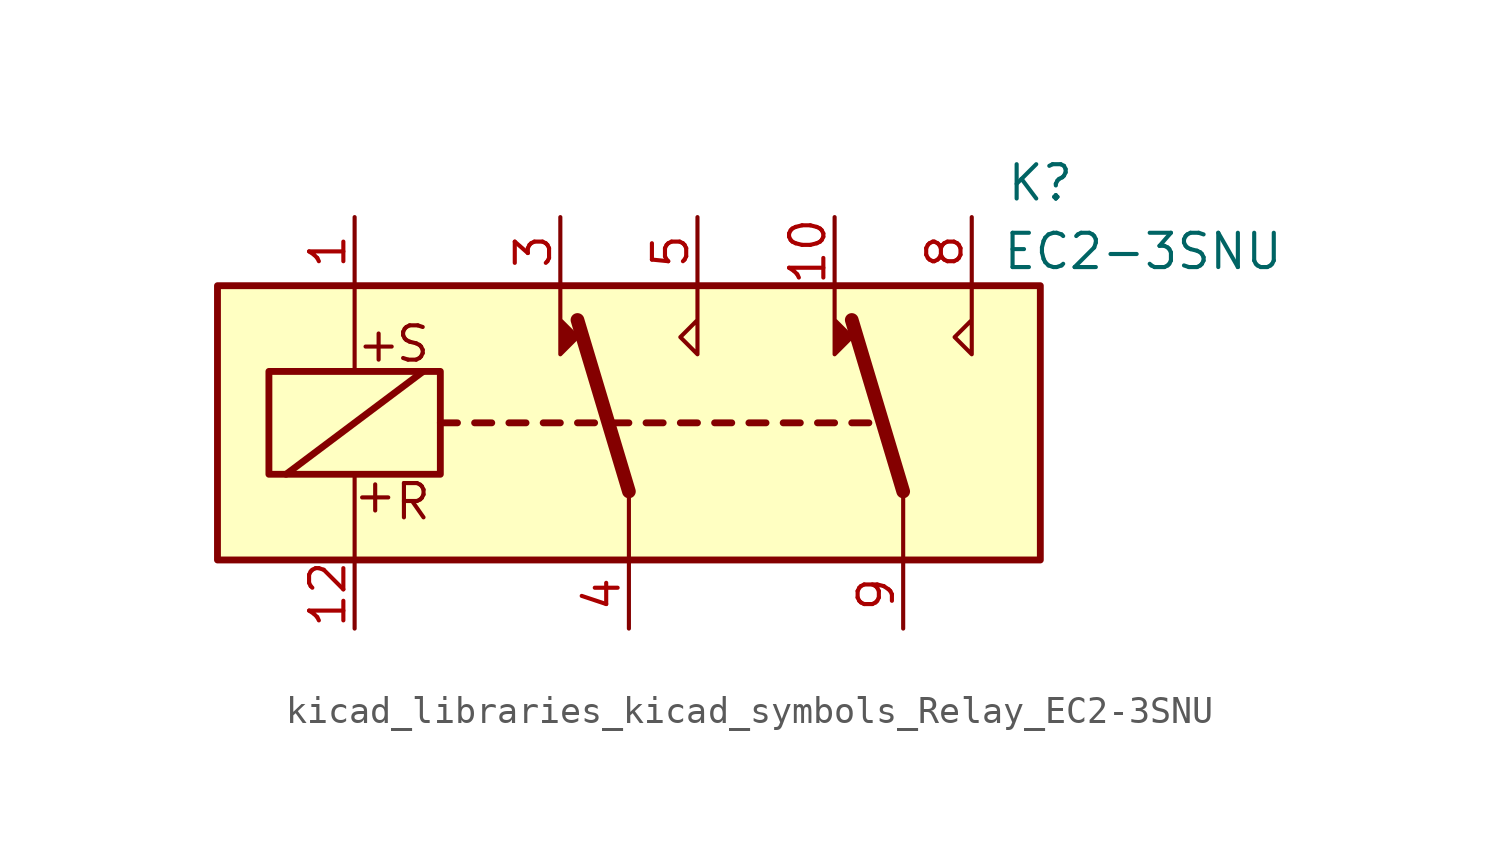
<source format=kicad_sym>
(kicad_symbol_lib
  (version 20220914)
  (generator kicad_symbol_editor)
  (symbol "kicad_libraries_kicad_symbols_Relay_EC2-3SNU"
    (property "Reference" "K"
      (at 15.24 8.89 0)
      (effects (font (size 1.27 1.27))))
    (property "Value" "EC2-3SNU"
      (at 19.05 6.35 0)
      (effects (font (size 1.27 1.27))))
    (symbol "kicad_libraries_kicad_symbols_Relay_EC2-3SNU_0_0"
      (text "S" (at -8.001 2.921 0) (effects (font (size 1.27 1.27)))))
    (symbol "kicad_libraries_kicad_symbols_Relay_EC2-3SNU_1_1"
      (rectangle (start -15.24 5.08) (end 15.24 -5.08) (stroke (width 0.254) (type default)) (fill (type background)))
      (rectangle (start -13.335 1.905) (end -6.985 -1.905) (stroke (width 0.254) (type default)) (fill (type none)))
      (polyline (pts (xy -12.7 -1.905) (xy -7.62 1.905)) (stroke (width 0.254) (type default)) (fill (type none)))
      (polyline (pts (xy -10.16 -5.08) (xy -10.16 -1.905)) (stroke (width 0) (type default)) (fill (type none)))
      (polyline (pts (xy -10.16 5.08) (xy -10.16 1.905)) (stroke (width 0) (type default)) (fill (type none)))
      (polyline (pts (xy -6.985 0) (xy -6.35 0)) (stroke (width 0.254) (type default)) (fill (type none)))
      (polyline (pts (xy -5.715 0) (xy -5.08 0)) (stroke (width 0.254) (type default)) (fill (type none)))
      (polyline (pts (xy -4.445 0) (xy -3.81 0)) (stroke (width 0.254) (type default)) (fill (type none)))
      (polyline (pts (xy -3.175 0) (xy -2.54 0)) (stroke (width 0.254) (type default)) (fill (type none)))
      (polyline (pts (xy -1.905 0) (xy -1.27 0)) (stroke (width 0.254) (type default)) (fill (type none)))
      (polyline (pts (xy -0.635 0) (xy 0 0)) (stroke (width 0.254) (type default)) (fill (type none)))
      (polyline (pts (xy 0 -2.54) (xy -1.905 3.81)) (stroke (width 0.508) (type default)) (fill (type none)))
      (polyline (pts (xy 0 -2.54) (xy 0 -5.08)) (stroke (width 0) (type default)) (fill (type none)))
      (polyline (pts (xy 0.635 0) (xy 1.27 0)) (stroke (width 0.254) (type default)) (fill (type none)))
      (polyline (pts (xy 1.905 0) (xy 2.54 0)) (stroke (width 0.254) (type default)) (fill (type none)))
      (polyline (pts (xy 3.175 0) (xy 3.81 0)) (stroke (width 0.254) (type default)) (fill (type none)))
      (polyline (pts (xy 4.445 0) (xy 5.08 0)) (stroke (width 0.254) (type default)) (fill (type none)))
      (polyline (pts (xy 5.715 0) (xy 6.35 0)) (stroke (width 0.254) (type default)) (fill (type none)))
      (polyline (pts (xy 6.985 0) (xy 7.62 0)) (stroke (width 0.254) (type default)) (fill (type none)))
      (polyline (pts (xy 8.255 0) (xy 8.89 0)) (stroke (width 0.254) (type default)) (fill (type none)))
      (polyline (pts (xy 10.16 -2.54) (xy 8.255 3.81)) (stroke (width 0.508) (type default)) (fill (type none)))
      (polyline (pts (xy 10.16 -2.54) (xy 10.16 -5.08)) (stroke (width 0) (type default)) (fill (type none)))
      (polyline (pts (xy -2.54 5.08) (xy -2.54 2.54) (xy -1.905 3.175) (xy -2.54 3.81)) (stroke (width 0) (type default)) (fill (type outline)))
      (polyline (pts (xy 2.54 5.08) (xy 2.54 2.54) (xy 1.905 3.175) (xy 2.54 3.81)) (stroke (width 0) (type default)) (fill (type none)))
      (polyline (pts (xy 7.62 5.08) (xy 7.62 2.54) (xy 8.255 3.175) (xy 7.62 3.81)) (stroke (width 0) (type default)) (fill (type outline)))
      (polyline (pts (xy 12.7 5.08) (xy 12.7 2.54) (xy 12.065 3.175) (xy 12.7 3.81)) (stroke (width 0) (type default)) (fill (type none)))
      (text "+" (at -9.398 -2.667 0) (effects (font (size 1.27 1.27))))
      (text "+" (at -9.271 2.921 0) (effects (font (size 1.27 1.27))))
      (text "R" (at -8.001 -2.921 0) (effects (font (size 1.27 1.27))))
      (pin passive line (at -10.16 7.62 270) (length 2.54) (name "~" (effects (font (size 1.27 1.27)))) (number "1" (effects (font (size 1.27 1.27)))))
      (pin passive line (at 7.62 7.62 270) (length 2.54) (name "~" (effects (font (size 1.27 1.27)))) (number "10" (effects (font (size 1.27 1.27)))))
      (pin passive line (at -10.16 -7.62 90) (length 2.54) (name "~" (effects (font (size 1.27 1.27)))) (number "12" (effects (font (size 1.27 1.27)))))
      (pin passive line (at -2.54 7.62 270) (length 2.54) (name "~" (effects (font (size 1.27 1.27)))) (number "3" (effects (font (size 1.27 1.27)))))
      (pin passive line (at 0 -7.62 90) (length 2.54) (name "~" (effects (font (size 1.27 1.27)))) (number "4" (effects (font (size 1.27 1.27)))))
      (pin passive line (at 2.54 7.62 270) (length 2.54) (name "~" (effects (font (size 1.27 1.27)))) (number "5" (effects (font (size 1.27 1.27)))))
      (pin passive line (at 12.7 7.62 270) (length 2.54) (name "~" (effects (font (size 1.27 1.27)))) (number "8" (effects (font (size 1.27 1.27)))))
      (pin passive line (at 10.16 -7.62 90) (length 2.54) (name "~" (effects (font (size 1.27 1.27)))) (number "9" (effects (font (size 1.27 1.27))))))))
</source>
